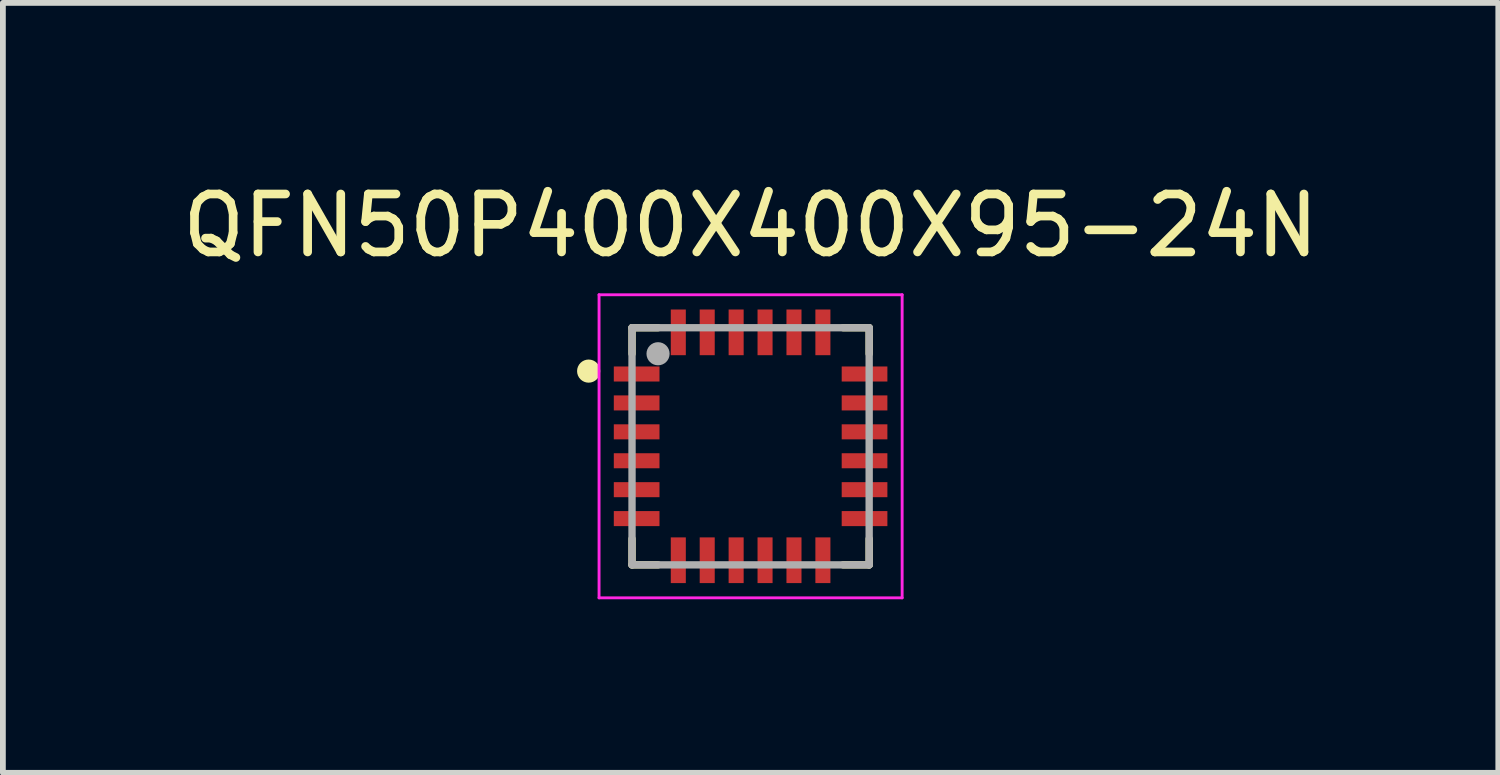
<source format=kicad_pcb>
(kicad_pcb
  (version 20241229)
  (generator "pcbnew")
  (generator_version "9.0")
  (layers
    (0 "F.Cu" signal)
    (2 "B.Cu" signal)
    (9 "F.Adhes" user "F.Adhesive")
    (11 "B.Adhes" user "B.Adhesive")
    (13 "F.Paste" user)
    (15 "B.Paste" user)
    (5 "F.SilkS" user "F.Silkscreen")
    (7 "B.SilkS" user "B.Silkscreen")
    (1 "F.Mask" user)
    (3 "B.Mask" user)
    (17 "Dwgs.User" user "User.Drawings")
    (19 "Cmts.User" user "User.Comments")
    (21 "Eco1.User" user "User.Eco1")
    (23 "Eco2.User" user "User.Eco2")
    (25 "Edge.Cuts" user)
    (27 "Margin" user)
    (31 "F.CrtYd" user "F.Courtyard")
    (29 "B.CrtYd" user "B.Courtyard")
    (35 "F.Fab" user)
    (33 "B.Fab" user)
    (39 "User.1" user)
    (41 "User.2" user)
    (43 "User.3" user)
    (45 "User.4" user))
  (footprint "QFN50P400X400X95-24N"
    (layer "F.Cu")
    (at 9.927 4.666)
    (property "Reference" "QFN50P400X400X95-24N" (at -0.00001 -3.816 0) (layer "F.SilkS") (effects (font (size 1.002 1.002) (thickness 0.15))))
    (attr smd)
    (fp_line (start -2.05 -2.05) (end -2.05 -1.6) (stroke (width 0.127) (type solid)) (layer "F.SilkS"))
    (fp_line (start -2.05 1.6) (end -2.05 2.05) (stroke (width 0.127) (type solid)) (layer "F.SilkS"))
    (fp_line (start -1.6 -2.05) (end -2.05 -2.05) (stroke (width 0.127) (type solid)) (layer "F.SilkS"))
    (fp_line (start -1.6 2.05) (end -2.05 2.05) (stroke (width 0.127) (type solid)) (layer "F.SilkS"))
    (fp_line (start 2.05 -2.05) (end 1.6 -2.05) (stroke (width 0.127) (type solid)) (layer "F.SilkS"))
    (fp_line (start 2.05 -2.05) (end 2.05 -1.6) (stroke (width 0.127) (type solid)) (layer "F.SilkS"))
    (fp_line (start 2.05 1.6) (end 2.05 2.05) (stroke (width 0.127) (type solid)) (layer "F.SilkS"))
    (fp_line (start 2.05 2.05) (end 1.6 2.05) (stroke (width 0.127) (type solid)) (layer "F.SilkS"))
    (fp_circle (center -2.8 -1.3) (end -2.7 -1.3) (stroke (width 0.2) (type solid)) (fill no) (layer "F.SilkS"))
    (fp_line (start -2.62 -2.62) (end 2.62 -2.62) (stroke (width 0.05) (type solid)) (layer "F.CrtYd"))
    (fp_line (start -2.62 2.62) (end -2.62 -2.62) (stroke (width 0.05) (type solid)) (layer "F.CrtYd"))
    (fp_line (start 2.62 -2.62) (end 2.62 2.62) (stroke (width 0.05) (type solid)) (layer "F.CrtYd"))
    (fp_line (start 2.62 2.62) (end -2.62 2.62) (stroke (width 0.05) (type solid)) (layer "F.CrtYd"))
    (fp_line (start -2.05 -2.05) (end 2.05 -2.05) (stroke (width 0.127) (type solid)) (layer "F.Fab"))
    (fp_line (start -2.05 2.05) (end -2.05 -2.05) (stroke (width 0.127) (type solid)) (layer "F.Fab"))
    (fp_line (start 2.05 -2.05) (end 2.05 2.05) (stroke (width 0.127) (type solid)) (layer "F.Fab"))
    (fp_line (start 2.05 2.05) (end -2.05 2.05) (stroke (width 0.127) (type solid)) (layer "F.Fab"))
    (fp_circle (center -1.6 -1.6) (end -1.5 -1.6) (stroke (width 0.2) (type solid)) (fill no) (layer "F.Fab"))
    (pad "1" smd rect (at -1.97 -1.25) (size 0.79 0.26) (layers "F.Cu" "F.Mask" "F.Paste"))
    (pad "2" smd rect (at -1.97 -0.75) (size 0.79 0.26) (layers "F.Cu" "F.Mask" "F.Paste"))
    (pad "3" smd rect (at -1.97 -0.25) (size 0.79 0.26) (layers "F.Cu" "F.Mask" "F.Paste"))
    (pad "4" smd rect (at -1.97 0.25) (size 0.79 0.26) (layers "F.Cu" "F.Mask" "F.Paste"))
    (pad "5" smd rect (at -1.97 0.75) (size 0.79 0.26) (layers "F.Cu" "F.Mask" "F.Paste"))
    (pad "6" smd rect (at -1.97 1.25) (size 0.79 0.26) (layers "F.Cu" "F.Mask" "F.Paste"))
    (pad "7" smd rect (at -1.25 1.97 90) (size 0.79 0.26) (layers "F.Cu" "F.Mask" "F.Paste"))
    (pad "8" smd rect (at -0.75 1.97 90) (size 0.79 0.26) (layers "F.Cu" "F.Mask" "F.Paste"))
    (pad "9" smd rect (at -0.25 1.97 90) (size 0.79 0.26) (layers "F.Cu" "F.Mask" "F.Paste"))
    (pad "10" smd rect (at 0.25 1.97 90) (size 0.79 0.26) (layers "F.Cu" "F.Mask" "F.Paste"))
    (pad "11" smd rect (at 0.75 1.97 90) (size 0.79 0.26) (layers "F.Cu" "F.Mask" "F.Paste"))
    (pad "12" smd rect (at 1.25 1.97 90) (size 0.79 0.26) (layers "F.Cu" "F.Mask" "F.Paste"))
    (pad "13" smd rect (at 1.97 1.25 180) (size 0.79 0.26) (layers "F.Cu" "F.Mask" "F.Paste"))
    (pad "14" smd rect (at 1.97 0.75 180) (size 0.79 0.26) (layers "F.Cu" "F.Mask" "F.Paste"))
    (pad "15" smd rect (at 1.97 0.25 180) (size 0.79 0.26) (layers "F.Cu" "F.Mask" "F.Paste"))
    (pad "16" smd rect (at 1.97 -0.25 180) (size 0.79 0.26) (layers "F.Cu" "F.Mask" "F.Paste"))
    (pad "17" smd rect (at 1.97 -0.75 180) (size 0.79 0.26) (layers "F.Cu" "F.Mask" "F.Paste"))
    (pad "18" smd rect (at 1.97 -1.25 180) (size 0.79 0.26) (layers "F.Cu" "F.Mask" "F.Paste"))
    (pad "19" smd rect (at 1.25 -1.97 270) (size 0.79 0.26) (layers "F.Cu" "F.Mask" "F.Paste"))
    (pad "20" smd rect (at 0.75 -1.97 270) (size 0.79 0.26) (layers "F.Cu" "F.Mask" "F.Paste"))
    (pad "21" smd rect (at 0.25 -1.97 270) (size 0.79 0.26) (layers "F.Cu" "F.Mask" "F.Paste"))
    (pad "22" smd rect (at -0.25 -1.97 270) (size 0.79 0.26) (layers "F.Cu" "F.Mask" "F.Paste"))
    (pad "23" smd rect (at -0.75 -1.97 270) (size 0.79 0.26) (layers "F.Cu" "F.Mask" "F.Paste"))
    (pad "24" smd rect (at -1.25 -1.97 270) (size 0.79 0.26) (layers "F.Cu" "F.Mask" "F.Paste"))
    (zone (net_name "") (layer "F.Cu") (hatch full 0.508) (connect_pads) (min_thickness 0.01) (filled_areas_thickness no) (keepout (tracks not_allowed) (vias not_allowed) (pads not_allowed) (copperpour not_allowed) (footprints allowed)) (placement (enabled no)) (fill) (polygon (pts (xy 8.577 3.366) (xy 11.277 3.366) (xy 11.277 5.966) (xy 8.577 5.966))))
    (zone (net_name "") (layers "F.Cu" "B.Cu") (hatch full 0.508) (connect_pads) (min_thickness 0.01) (filled_areas_thickness no) (keepout (tracks allowed) (vias not_allowed) (pads allowed) (copperpour allowed) (footprints allowed)) (placement (enabled no)) (fill) (polygon (pts (xy 8.577 3.366) (xy 11.277 3.366) (xy 11.277 5.966) (xy 8.577 5.966)))))
  (gr_rect
    (start -3 -3)
    (end 22.854 10.311)
    (stroke (width 0.1) (type default))
    (fill no)
    (layer "Edge.Cuts")))
</source>
